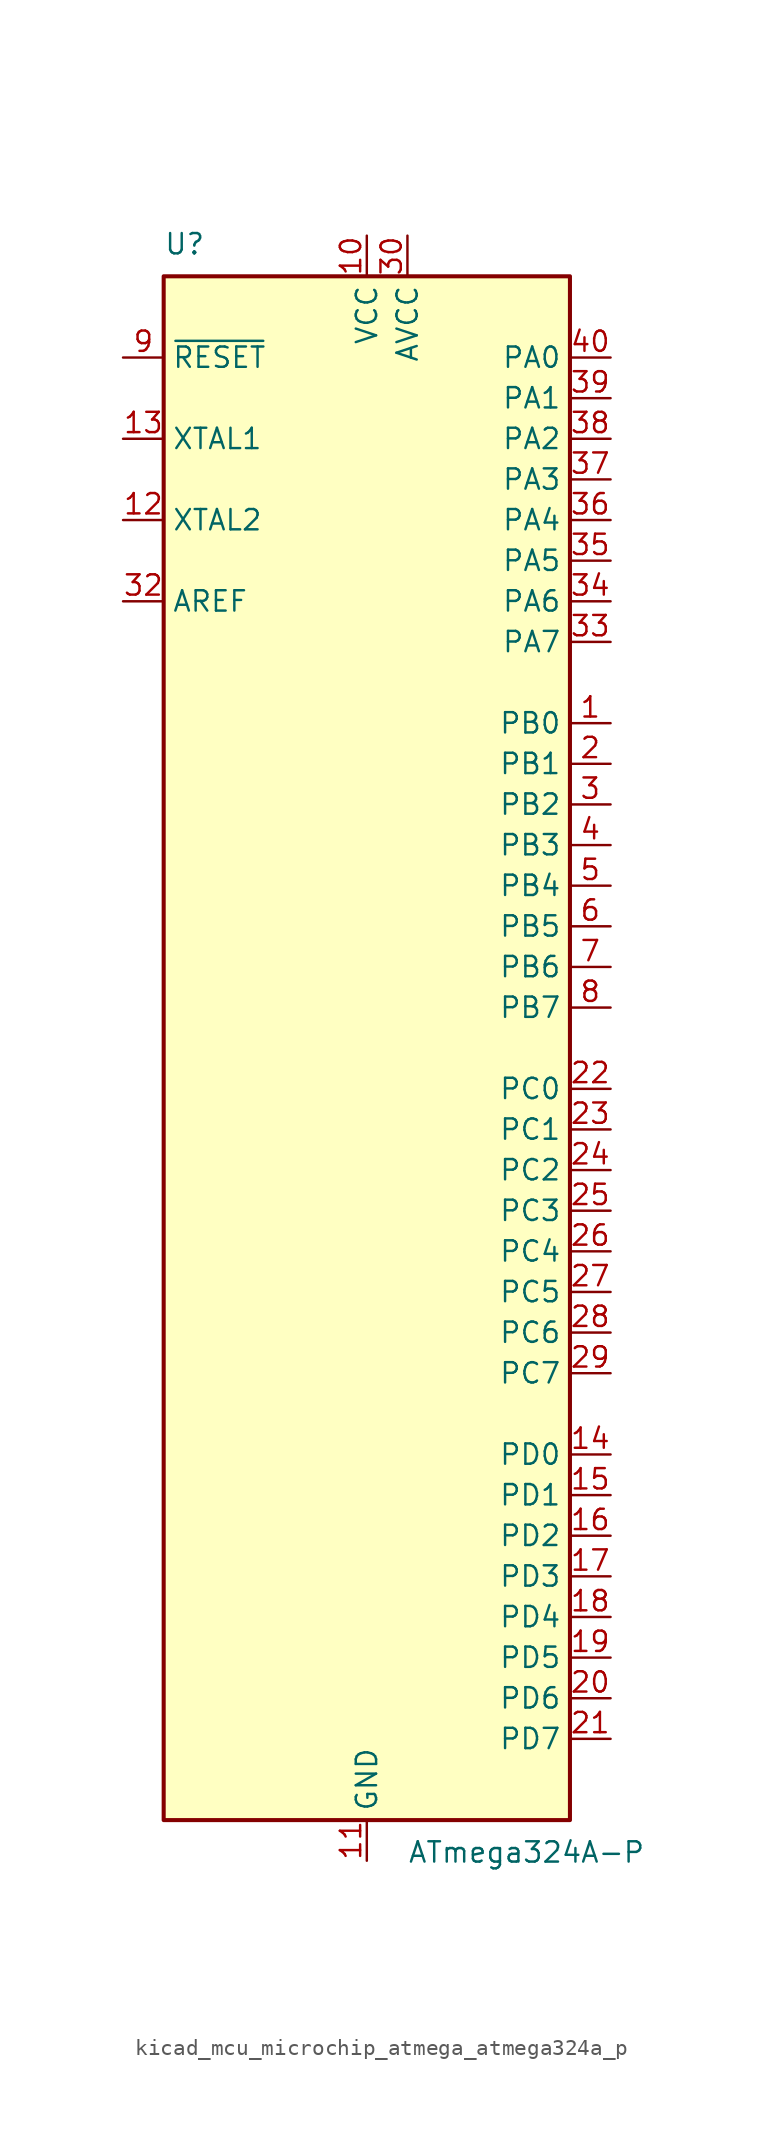
<source format=kicad_sym>
(kicad_symbol_lib
  (version 20220914)
  (generator kicad_symbol_editor)
  (symbol "kicad_mcu_microchip_atmega_atmega324a_p"
    (property "Reference" "U"
      (at -12.7 49.53 0)
      (effects (font (size 1.27 1.27)) (justify left bottom)))
    (property "Value" "ATmega324A-P"
      (at 2.54 -49.53 0)
      (effects (font (size 1.27 1.27)) (justify left top)))
    (symbol "kicad_mcu_microchip_atmega_atmega324a_p_0_1"
      (rectangle (start -12.7 -48.26) (end 12.7 48.26) (stroke (width 0.254) (type default)) (fill (type background))))
    (symbol "kicad_mcu_microchip_atmega_atmega324a_p_1_1"
      (pin bidirectional line (at 15.24 20.32 180) (length 2.54) (name "PB0" (effects (font (size 1.27 1.27)))) (number "1" (effects (font (size 1.27 1.27)))))
      (pin power_in line (at 0 50.8 270) (length 2.54) (name "VCC" (effects (font (size 1.27 1.27)))) (number "10" (effects (font (size 1.27 1.27)))))
      (pin power_in line (at 0 -50.8 90) (length 2.54) (name "GND" (effects (font (size 1.27 1.27)))) (number "11" (effects (font (size 1.27 1.27)))))
      (pin output line (at -15.24 33.02 0) (length 2.54) (name "XTAL2" (effects (font (size 1.27 1.27)))) (number "12" (effects (font (size 1.27 1.27)))))
      (pin input line (at -15.24 38.1 0) (length 2.54) (name "XTAL1" (effects (font (size 1.27 1.27)))) (number "13" (effects (font (size 1.27 1.27)))))
      (pin bidirectional line (at 15.24 -25.4 180) (length 2.54) (name "PD0" (effects (font (size 1.27 1.27)))) (number "14" (effects (font (size 1.27 1.27)))))
      (pin bidirectional line (at 15.24 -27.94 180) (length 2.54) (name "PD1" (effects (font (size 1.27 1.27)))) (number "15" (effects (font (size 1.27 1.27)))))
      (pin bidirectional line (at 15.24 -30.48 180) (length 2.54) (name "PD2" (effects (font (size 1.27 1.27)))) (number "16" (effects (font (size 1.27 1.27)))))
      (pin bidirectional line (at 15.24 -33.02 180) (length 2.54) (name "PD3" (effects (font (size 1.27 1.27)))) (number "17" (effects (font (size 1.27 1.27)))))
      (pin bidirectional line (at 15.24 -35.56 180) (length 2.54) (name "PD4" (effects (font (size 1.27 1.27)))) (number "18" (effects (font (size 1.27 1.27)))))
      (pin bidirectional line (at 15.24 -38.1 180) (length 2.54) (name "PD5" (effects (font (size 1.27 1.27)))) (number "19" (effects (font (size 1.27 1.27)))))
      (pin bidirectional line (at 15.24 17.78 180) (length 2.54) (name "PB1" (effects (font (size 1.27 1.27)))) (number "2" (effects (font (size 1.27 1.27)))))
      (pin bidirectional line (at 15.24 -40.64 180) (length 2.54) (name "PD6" (effects (font (size 1.27 1.27)))) (number "20" (effects (font (size 1.27 1.27)))))
      (pin bidirectional line (at 15.24 -43.18 180) (length 2.54) (name "PD7" (effects (font (size 1.27 1.27)))) (number "21" (effects (font (size 1.27 1.27)))))
      (pin bidirectional line (at 15.24 -2.54 180) (length 2.54) (name "PC0" (effects (font (size 1.27 1.27)))) (number "22" (effects (font (size 1.27 1.27)))))
      (pin bidirectional line (at 15.24 -5.08 180) (length 2.54) (name "PC1" (effects (font (size 1.27 1.27)))) (number "23" (effects (font (size 1.27 1.27)))))
      (pin bidirectional line (at 15.24 -7.62 180) (length 2.54) (name "PC2" (effects (font (size 1.27 1.27)))) (number "24" (effects (font (size 1.27 1.27)))))
      (pin bidirectional line (at 15.24 -10.16 180) (length 2.54) (name "PC3" (effects (font (size 1.27 1.27)))) (number "25" (effects (font (size 1.27 1.27)))))
      (pin bidirectional line (at 15.24 -12.7 180) (length 2.54) (name "PC4" (effects (font (size 1.27 1.27)))) (number "26" (effects (font (size 1.27 1.27)))))
      (pin bidirectional line (at 15.24 -15.24 180) (length 2.54) (name "PC5" (effects (font (size 1.27 1.27)))) (number "27" (effects (font (size 1.27 1.27)))))
      (pin bidirectional line (at 15.24 -17.78 180) (length 2.54) (name "PC6" (effects (font (size 1.27 1.27)))) (number "28" (effects (font (size 1.27 1.27)))))
      (pin bidirectional line (at 15.24 -20.32 180) (length 2.54) (name "PC7" (effects (font (size 1.27 1.27)))) (number "29" (effects (font (size 1.27 1.27)))))
      (pin bidirectional line (at 15.24 15.24 180) (length 2.54) (name "PB2" (effects (font (size 1.27 1.27)))) (number "3" (effects (font (size 1.27 1.27)))))
      (pin power_in line (at 2.54 50.8 270) (length 2.54) (name "AVCC" (effects (font (size 1.27 1.27)))) (number "30" (effects (font (size 1.27 1.27)))))
      (pin passive line (at 0 -50.8 90) (length 2.54) hide (name "GND" (effects (font (size 1.27 1.27)))) (number "31" (effects (font (size 1.27 1.27)))))
      (pin passive line (at -15.24 27.94 0) (length 2.54) (name "AREF" (effects (font (size 1.27 1.27)))) (number "32" (effects (font (size 1.27 1.27)))))
      (pin bidirectional line (at 15.24 25.4 180) (length 2.54) (name "PA7" (effects (font (size 1.27 1.27)))) (number "33" (effects (font (size 1.27 1.27)))))
      (pin bidirectional line (at 15.24 27.94 180) (length 2.54) (name "PA6" (effects (font (size 1.27 1.27)))) (number "34" (effects (font (size 1.27 1.27)))))
      (pin bidirectional line (at 15.24 30.48 180) (length 2.54) (name "PA5" (effects (font (size 1.27 1.27)))) (number "35" (effects (font (size 1.27 1.27)))))
      (pin bidirectional line (at 15.24 33.02 180) (length 2.54) (name "PA4" (effects (font (size 1.27 1.27)))) (number "36" (effects (font (size 1.27 1.27)))))
      (pin bidirectional line (at 15.24 35.56 180) (length 2.54) (name "PA3" (effects (font (size 1.27 1.27)))) (number "37" (effects (font (size 1.27 1.27)))))
      (pin bidirectional line (at 15.24 38.1 180) (length 2.54) (name "PA2" (effects (font (size 1.27 1.27)))) (number "38" (effects (font (size 1.27 1.27)))))
      (pin bidirectional line (at 15.24 40.64 180) (length 2.54) (name "PA1" (effects (font (size 1.27 1.27)))) (number "39" (effects (font (size 1.27 1.27)))))
      (pin bidirectional line (at 15.24 12.7 180) (length 2.54) (name "PB3" (effects (font (size 1.27 1.27)))) (number "4" (effects (font (size 1.27 1.27)))))
      (pin bidirectional line (at 15.24 43.18 180) (length 2.54) (name "PA0" (effects (font (size 1.27 1.27)))) (number "40" (effects (font (size 1.27 1.27)))))
      (pin bidirectional line (at 15.24 10.16 180) (length 2.54) (name "PB4" (effects (font (size 1.27 1.27)))) (number "5" (effects (font (size 1.27 1.27)))))
      (pin bidirectional line (at 15.24 7.62 180) (length 2.54) (name "PB5" (effects (font (size 1.27 1.27)))) (number "6" (effects (font (size 1.27 1.27)))))
      (pin bidirectional line (at 15.24 5.08 180) (length 2.54) (name "PB6" (effects (font (size 1.27 1.27)))) (number "7" (effects (font (size 1.27 1.27)))))
      (pin bidirectional line (at 15.24 2.54 180) (length 2.54) (name "PB7" (effects (font (size 1.27 1.27)))) (number "8" (effects (font (size 1.27 1.27)))))
      (pin input line (at -15.24 43.18 0) (length 2.54) (name "~{RESET}" (effects (font (size 1.27 1.27)))) (number "9" (effects (font (size 1.27 1.27))))))))
</source>
